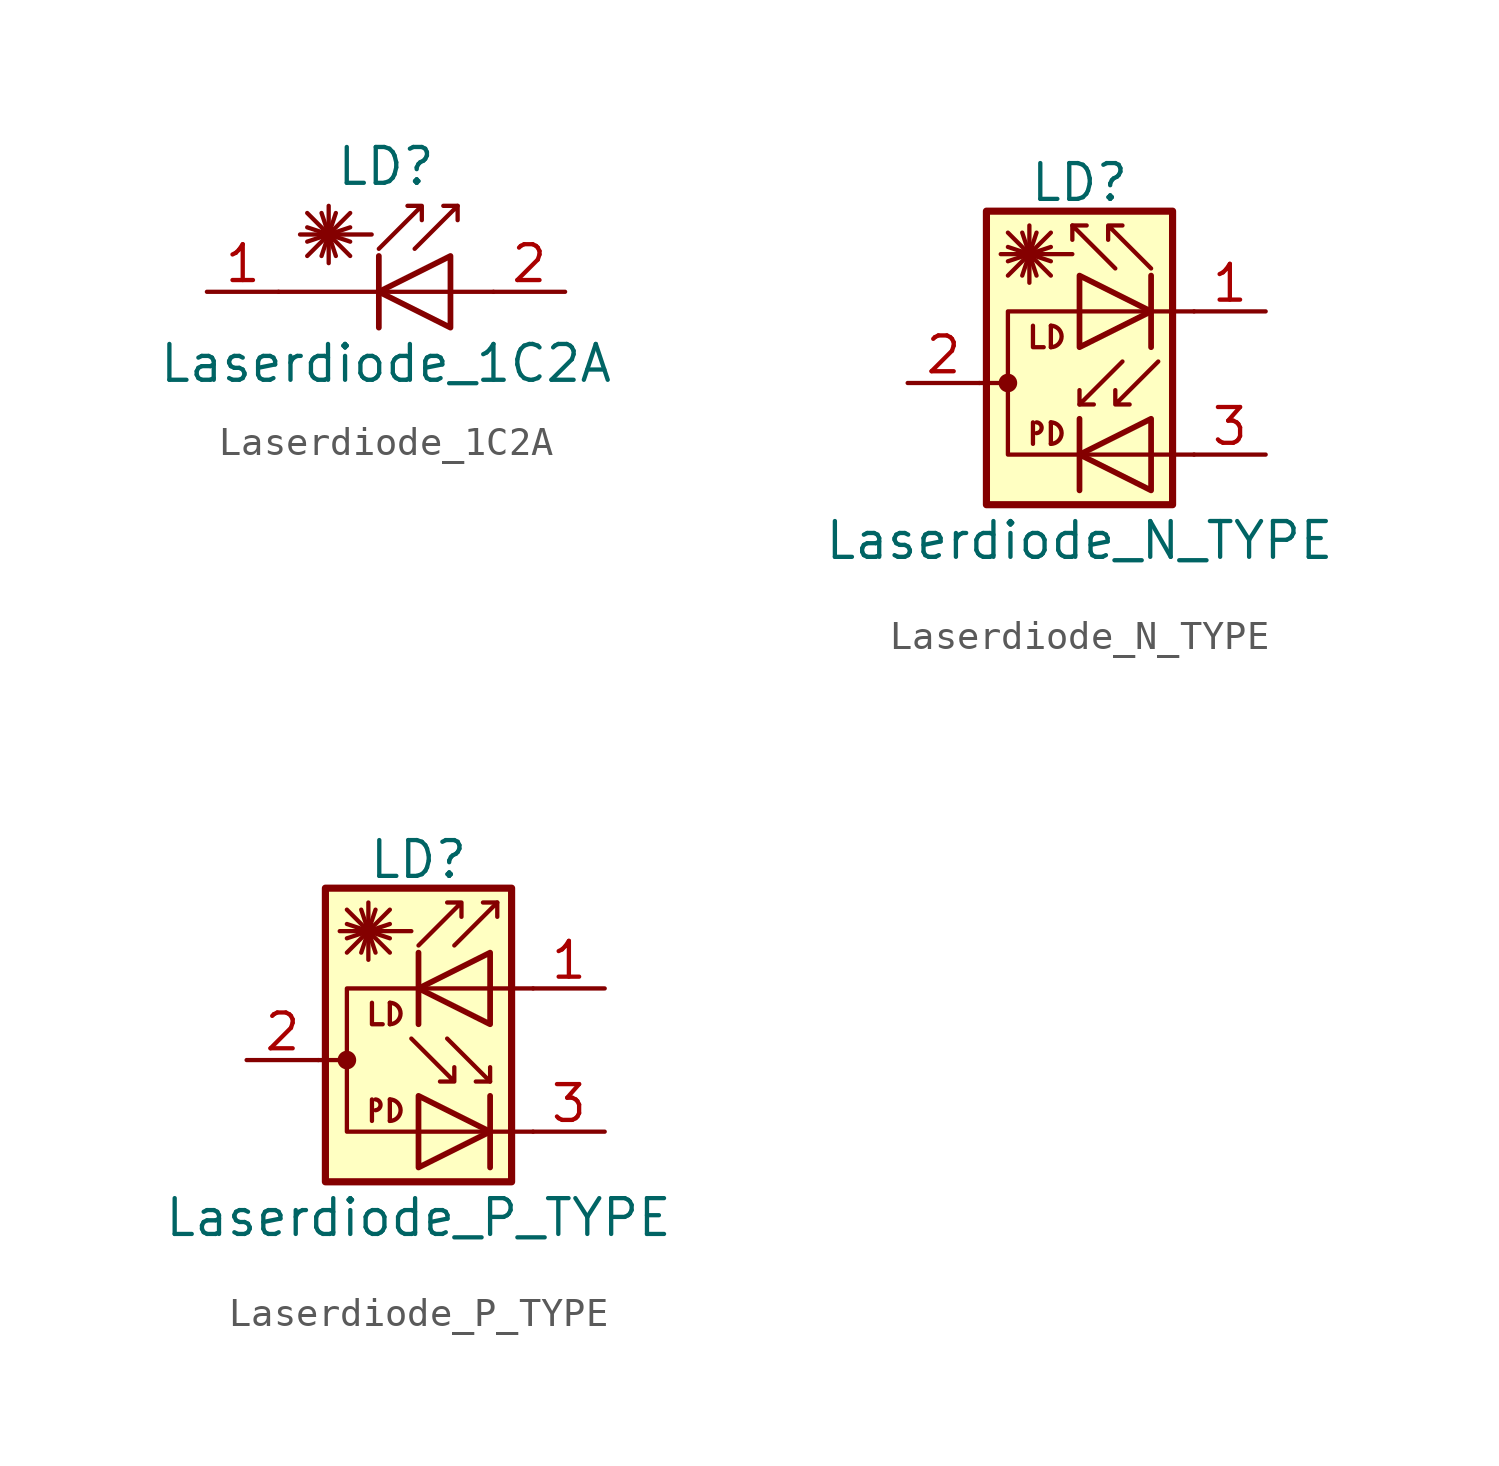
<source format=kicad_sym>
(kicad_symbol_lib
  (version 20211014)
  (generator kicad_symbol_editor)
  (symbol "Laserdiode_1C2A"
    (pin_names
      (offset 1.016) hide)
    (property "Reference" "LD"
      (at -1.27 4.445 0)
      (effects (font (size 1.27 1.27))))
    (property "Value" "Laserdiode_1C2A"
      (at -1.27 -2.54 0)
      (effects (font (size 1.27 1.27))))
    (symbol "Laserdiode_1C2A_0_1"
      (polyline (pts (xy -4.064 1.27) (xy -2.54 2.794)) (stroke (width 0) (type default) (color 0 0 0 0)) (fill (type none)))
      (polyline (pts (xy -4.064 1.778) (xy -2.54 2.286)) (stroke (width 0) (type default) (color 0 0 0 0)) (fill (type none)))
      (polyline (pts (xy -4.064 2.286) (xy -2.54 1.778)) (stroke (width 0) (type default) (color 0 0 0 0)) (fill (type none)))
      (polyline (pts (xy -4.064 2.794) (xy -2.54 1.27)) (stroke (width 0) (type default) (color 0 0 0 0)) (fill (type none)))
      (polyline (pts (xy -3.556 2.794) (xy -3.048 1.27)) (stroke (width 0) (type default) (color 0 0 0 0)) (fill (type none)))
      (polyline (pts (xy -3.302 2.032) (xy -3.302 1.016)) (stroke (width 0) (type default) (color 0 0 0 0)) (fill (type none)))
      (polyline (pts (xy -3.302 2.032) (xy -3.302 3.048)) (stroke (width 0) (type default) (color 0 0 0 0)) (fill (type none)))
      (polyline (pts (xy -3.048 2.794) (xy -3.556 1.27)) (stroke (width 0) (type default) (color 0 0 0 0)) (fill (type none)))
      (polyline (pts (xy -1.778 2.032) (xy -4.318 2.032)) (stroke (width 0) (type default) (color 0 0 0 0)) (fill (type none)))
      (polyline (pts (xy -1.524 1.27) (xy -1.524 -1.27)) (stroke (width 0.203) (type default) (color 0 0 0 0)) (fill (type none)))
      (polyline (pts (xy 1.27 3.048) (xy 0.762 3.048)) (stroke (width 0) (type default) (color 0 0 0 0)) (fill (type none)))
      (polyline (pts (xy 2.54 0) (xy -5.08 0)) (stroke (width 0) (type default) (color 0 0 0 0)) (fill (type none)))
      (polyline (pts (xy -0.254 1.524) (xy 1.27 3.048) (xy 1.27 2.54)) (stroke (width 0) (type default) (color 0 0 0 0)) (fill (type none)))
      (polyline (pts (xy 1.016 1.27) (xy 1.016 -1.27) (xy -1.524 0) (xy 1.016 1.27)) (stroke (width 0.203) (type default) (color 0 0 0 0)) (fill (type none)))
      (polyline (pts (xy -1.524 1.524) (xy 0 3.048) (xy 0 2.54) (xy 0 3.048) (xy -0.508 3.048)) (stroke (width 0) (type default) (color 0 0 0 0)) (fill (type none))))
    (symbol "Laserdiode_1C2A_1_1"
      (pin passive line (at -7.62 0 0) (length 2.54) (name "K" (effects (font (size 1.27 1.27)))) (number "1" (effects (font (size 1.27 1.27)))))
      (pin passive line (at 5.08 0 180) (length 2.54) (name "A" (effects (font (size 1.27 1.27)))) (number "2" (effects (font (size 1.27 1.27)))))))
  (symbol "Laserdiode_N_TYPE"
    (pin_names
      (offset 1.016) hide)
    (property "Reference" "LD"
      (at 1.016 7.112 0)
      (effects (font (size 1.27 1.27))))
    (property "Value" "Laserdiode_N_TYPE"
      (at 1.016 -5.588 0)
      (effects (font (size 1.27 1.27))))
    (symbol "Laserdiode_N_TYPE_0_1"
      (circle (center -1.524 0) (radius 0.254) (stroke (width 0) (type default) (color 0 0 0 0)) (fill (type outline)))
      (arc (start -0.508 -1.778) (mid -0.3302 -1.6002) (end -0.508 -1.397) (stroke (width 0) (type default) (color 0 0 0 0)) (fill (type none)))
      (arc (start 0 -2.159) (mid 0.381 -1.778) (end 0 -1.397) (stroke (width 0) (type default) (color 0 0 0 0)) (fill (type none)))
      (polyline (pts (xy -2.54 0) (xy -1.524 0)) (stroke (width 0) (type default) (color 0 0 0 0)) (fill (type none)))
      (polyline (pts (xy -1.524 3.81) (xy 0 5.334)) (stroke (width 0) (type default) (color 0 0 0 0)) (fill (type none)))
      (polyline (pts (xy -1.524 4.318) (xy 0 4.826)) (stroke (width 0) (type default) (color 0 0 0 0)) (fill (type none)))
      (polyline (pts (xy -1.524 4.826) (xy 0 4.318)) (stroke (width 0) (type default) (color 0 0 0 0)) (fill (type none)))
      (polyline (pts (xy -1.524 5.334) (xy 0 3.81)) (stroke (width 0) (type default) (color 0 0 0 0)) (fill (type none)))
      (polyline (pts (xy -1.016 5.334) (xy -0.508 3.81)) (stroke (width 0) (type default) (color 0 0 0 0)) (fill (type none)))
      (polyline (pts (xy -0.762 4.572) (xy -0.762 3.556)) (stroke (width 0) (type default) (color 0 0 0 0)) (fill (type none)))
      (polyline (pts (xy -0.762 4.572) (xy -0.762 5.588)) (stroke (width 0) (type default) (color 0 0 0 0)) (fill (type none)))
      (polyline (pts (xy -0.635 -1.397) (xy -0.635 -2.159)) (stroke (width 0) (type default) (color 0 0 0 0)) (fill (type none)))
      (polyline (pts (xy -0.508 5.334) (xy -1.016 3.81)) (stroke (width 0) (type default) (color 0 0 0 0)) (fill (type none)))
      (polyline (pts (xy 0 -1.397) (xy 0 -2.159)) (stroke (width 0) (type default) (color 0 0 0 0)) (fill (type none)))
      (polyline (pts (xy 0 2.032) (xy 0 1.27)) (stroke (width 0) (type default) (color 0 0 0 0)) (fill (type none)))
      (polyline (pts (xy 0.762 4.572) (xy -1.778 4.572)) (stroke (width 0) (type default) (color 0 0 0 0)) (fill (type none)))
      (polyline (pts (xy 0.762 5.588) (xy 1.27 5.588)) (stroke (width 0) (type default) (color 0 0 0 0)) (fill (type none)))
      (polyline (pts (xy 1.016 -1.27) (xy 1.016 -3.81)) (stroke (width 0.203) (type default) (color 0 0 0 0)) (fill (type none)))
      (polyline (pts (xy 1.016 -0.762) (xy 1.524 -0.762)) (stroke (width 0) (type default) (color 0 0 0 0)) (fill (type none)))
      (polyline (pts (xy 3.556 3.81) (xy 3.556 1.27)) (stroke (width 0.203) (type default) (color 0 0 0 0)) (fill (type none)))
      (polyline (pts (xy -0.635 2.032) (xy -0.635 1.27) (xy -0.254 1.27)) (stroke (width 0) (type default) (color 0 0 0 0)) (fill (type none)))
      (polyline (pts (xy 2.286 4.064) (xy 0.762 5.588) (xy 0.762 5.08)) (stroke (width 0) (type default) (color 0 0 0 0)) (fill (type none)))
      (polyline (pts (xy 2.54 0.762) (xy 1.016 -0.762) (xy 1.016 -0.254)) (stroke (width 0) (type default) (color 0 0 0 0)) (fill (type none)))
      (polyline (pts (xy 3.556 -1.27) (xy 3.556 -3.81) (xy 1.016 -2.54) (xy 3.556 -1.27)) (stroke (width 0.203) (type default) (color 0 0 0 0)) (fill (type none)))
      (polyline (pts (xy 5.08 2.54) (xy -1.524 2.54) (xy -1.524 -2.54) (xy 5.08 -2.54)) (stroke (width 0) (type default) (color 0 0 0 0)) (fill (type none)))
      (polyline (pts (xy 3.556 4.064) (xy 2.032 5.588) (xy 2.032 5.08) (xy 2.032 5.588) (xy 2.54 5.588)) (stroke (width 0) (type default) (color 0 0 0 0)) (fill (type none)))
      (polyline (pts (xy 3.81 0.762) (xy 2.286 -0.762) (xy 2.286 -0.254) (xy 2.286 -0.762) (xy 2.794 -0.762)) (stroke (width 0) (type default) (color 0 0 0 0)) (fill (type none)))
      (arc (start 0 1.27) (mid 0.381 1.651) (end 0 2.032) (stroke (width 0) (type default) (color 0 0 0 0)) (fill (type none)))
      (rectangle (start 4.318 6.096) (end -2.286 -4.318) (stroke (width 0.254) (type default) (color 0 0 0 0)) (fill (type background))))
    (symbol "Laserdiode_N_TYPE_1_1"
      (polyline (pts (xy 1.016 3.81) (xy 1.016 1.27) (xy 3.556 2.54) (xy 1.016 3.81)) (stroke (width 0.203) (type default) (color 0 0 0 0)) (fill (type none)))
      (pin passive line (at 7.62 2.54 180) (length 2.54) (name "~" (effects (font (size 1.27 1.27)))) (number "1" (effects (font (size 1.27 1.27)))))
      (pin passive line (at -5.08 0 0) (length 2.54) (name "~" (effects (font (size 1.27 1.27)))) (number "2" (effects (font (size 1.27 1.27)))))
      (pin passive line (at 7.62 -2.54 180) (length 2.54) (name "~" (effects (font (size 1.27 1.27)))) (number "3" (effects (font (size 1.27 1.27)))))))
  (symbol "Laserdiode_P_TYPE"
    (pin_names
      (offset 1.016) hide)
    (property "Reference" "LD"
      (at 1.016 7.112 0)
      (effects (font (size 1.27 1.27))))
    (property "Value" "Laserdiode_P_TYPE"
      (at 1.016 -5.588 0)
      (effects (font (size 1.27 1.27))))
    (symbol "Laserdiode_P_TYPE_0_1"
      (circle (center -1.524 0) (radius 0.254) (stroke (width 0) (type default) (color 0 0 0 0)) (fill (type outline)))
      (arc (start -0.508 -1.778) (mid -0.3302 -1.6002) (end -0.508 -1.397) (stroke (width 0) (type default) (color 0 0 0 0)) (fill (type none)))
      (arc (start 0 -2.159) (mid 0.381 -1.778) (end 0 -1.397) (stroke (width 0) (type default) (color 0 0 0 0)) (fill (type none)))
      (polyline (pts (xy -2.54 0) (xy -1.524 0)) (stroke (width 0) (type default) (color 0 0 0 0)) (fill (type none)))
      (polyline (pts (xy -1.524 3.81) (xy 0 5.334)) (stroke (width 0) (type default) (color 0 0 0 0)) (fill (type none)))
      (polyline (pts (xy -1.524 4.318) (xy 0 4.826)) (stroke (width 0) (type default) (color 0 0 0 0)) (fill (type none)))
      (polyline (pts (xy -1.524 4.826) (xy 0 4.318)) (stroke (width 0) (type default) (color 0 0 0 0)) (fill (type none)))
      (polyline (pts (xy -1.524 5.334) (xy 0 3.81)) (stroke (width 0) (type default) (color 0 0 0 0)) (fill (type none)))
      (polyline (pts (xy -1.016 5.334) (xy -0.508 3.81)) (stroke (width 0) (type default) (color 0 0 0 0)) (fill (type none)))
      (polyline (pts (xy -0.762 4.572) (xy -0.762 3.556)) (stroke (width 0) (type default) (color 0 0 0 0)) (fill (type none)))
      (polyline (pts (xy -0.762 4.572) (xy -0.762 5.588)) (stroke (width 0) (type default) (color 0 0 0 0)) (fill (type none)))
      (polyline (pts (xy -0.635 -1.397) (xy -0.635 -2.159)) (stroke (width 0) (type default) (color 0 0 0 0)) (fill (type none)))
      (polyline (pts (xy -0.508 5.334) (xy -1.016 3.81)) (stroke (width 0) (type default) (color 0 0 0 0)) (fill (type none)))
      (polyline (pts (xy 0 -1.397) (xy 0 -2.159)) (stroke (width 0) (type default) (color 0 0 0 0)) (fill (type none)))
      (polyline (pts (xy 0 2.032) (xy 0 1.27)) (stroke (width 0) (type default) (color 0 0 0 0)) (fill (type none)))
      (polyline (pts (xy 0.762 4.572) (xy -1.778 4.572)) (stroke (width 0) (type default) (color 0 0 0 0)) (fill (type none)))
      (polyline (pts (xy 1.016 3.81) (xy 1.016 1.27)) (stroke (width 0.203) (type default) (color 0 0 0 0)) (fill (type none)))
      (polyline (pts (xy 3.556 -1.27) (xy 3.556 -3.81)) (stroke (width 0.203) (type default) (color 0 0 0 0)) (fill (type none)))
      (polyline (pts (xy 3.556 -0.762) (xy 3.048 -0.762)) (stroke (width 0) (type default) (color 0 0 0 0)) (fill (type none)))
      (polyline (pts (xy 3.81 5.588) (xy 3.302 5.588)) (stroke (width 0) (type default) (color 0 0 0 0)) (fill (type none)))
      (polyline (pts (xy -0.635 2.032) (xy -0.635 1.27) (xy -0.254 1.27)) (stroke (width 0) (type default) (color 0 0 0 0)) (fill (type none)))
      (polyline (pts (xy 2.032 0.762) (xy 3.556 -0.762) (xy 3.556 -0.254)) (stroke (width 0) (type default) (color 0 0 0 0)) (fill (type none)))
      (polyline (pts (xy 2.286 4.064) (xy 3.81 5.588) (xy 3.81 5.08)) (stroke (width 0) (type default) (color 0 0 0 0)) (fill (type none)))
      (polyline (pts (xy 1.016 -1.27) (xy 1.016 -3.81) (xy 3.556 -2.54) (xy 1.016 -1.27)) (stroke (width 0.203) (type default) (color 0 0 0 0)) (fill (type none)))
      (polyline (pts (xy 3.556 3.81) (xy 3.556 1.27) (xy 1.016 2.54) (xy 3.556 3.81)) (stroke (width 0.203) (type default) (color 0 0 0 0)) (fill (type none)))
      (polyline (pts (xy 5.08 2.54) (xy -1.524 2.54) (xy -1.524 -2.54) (xy 5.08 -2.54)) (stroke (width 0) (type default) (color 0 0 0 0)) (fill (type none)))
      (polyline (pts (xy 0.762 0.762) (xy 2.286 -0.762) (xy 2.286 -0.254) (xy 2.286 -0.762) (xy 1.778 -0.762)) (stroke (width 0) (type default) (color 0 0 0 0)) (fill (type none)))
      (polyline (pts (xy 1.016 4.064) (xy 2.54 5.588) (xy 2.54 5.08) (xy 2.54 5.588) (xy 2.032 5.588)) (stroke (width 0) (type default) (color 0 0 0 0)) (fill (type none)))
      (arc (start 0 1.27) (mid 0.381 1.651) (end 0 2.032) (stroke (width 0) (type default) (color 0 0 0 0)) (fill (type none)))
      (rectangle (start 4.318 6.096) (end -2.286 -4.318) (stroke (width 0.254) (type default) (color 0 0 0 0)) (fill (type background))))
    (symbol "Laserdiode_P_TYPE_1_1"
      (pin passive line (at 7.62 2.54 180) (length 2.54) (name "~" (effects (font (size 1.27 1.27)))) (number "1" (effects (font (size 1.27 1.27)))))
      (pin passive line (at -5.08 0 0) (length 2.54) (name "~" (effects (font (size 1.27 1.27)))) (number "2" (effects (font (size 1.27 1.27)))))
      (pin passive line (at 7.62 -2.54 180) (length 2.54) (name "~" (effects (font (size 1.27 1.27)))) (number "3" (effects (font (size 1.27 1.27))))))))
</source>
